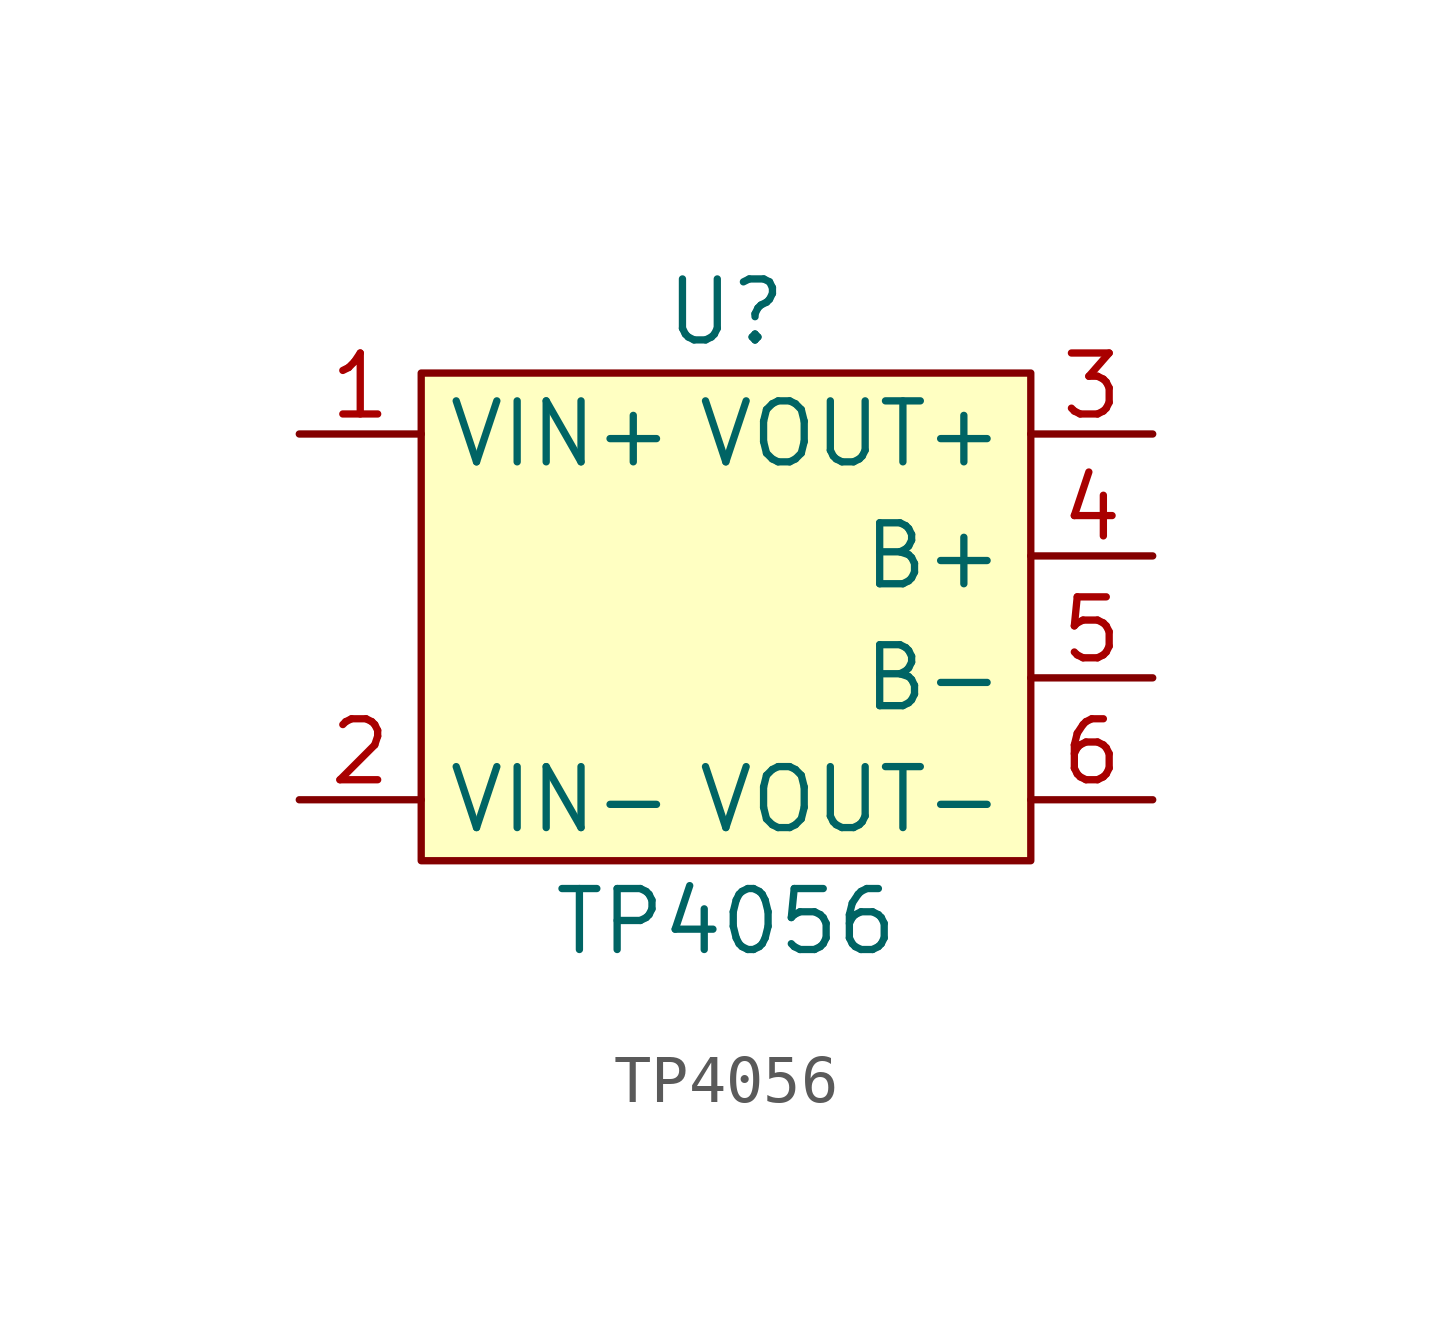
<source format=kicad_sym>
(kicad_symbol_lib
  (version 20211014)
  (generator kicad_symbol_editor)
  (symbol "TP4056"
    (property "Reference" "U"
      (at 0 6.35 0)
      (effects (font (size 1.27 1.27))))
    (property "Value" "TP4056"
      (at 0 -6.35 0)
      (effects (font (size 1.27 1.27))))
    (symbol "TP4056_0_1"
      (rectangle (start -6.35 5.08) (end 6.35 -5.08) (stroke (width 0) (type default) (color 0 0 0 0)) (fill (type background))))
    (symbol "TP4056_1_1"
      (pin input line (at -8.89 3.81 0) (length 2.54) (name "VIN+" (effects (font (size 1.27 1.27)))) (number "1" (effects (font (size 1.27 1.27)))))
      (pin input line (at -8.89 -3.81 0) (length 2.54) (name "VIN-" (effects (font (size 1.27 1.27)))) (number "2" (effects (font (size 1.27 1.27)))))
      (pin output line (at 8.89 3.81 180) (length 2.54) (name "VOUT+" (effects (font (size 1.27 1.27)))) (number "3" (effects (font (size 1.27 1.27)))))
      (pin input line (at 8.89 1.27 180) (length 2.54) (name "B+" (effects (font (size 1.27 1.27)))) (number "4" (effects (font (size 1.27 1.27)))))
      (pin input line (at 8.89 -1.27 180) (length 2.54) (name "B-" (effects (font (size 1.27 1.27)))) (number "5" (effects (font (size 1.27 1.27)))))
      (pin bidirectional line (at 8.89 -3.81 180) (length 2.54) (name "VOUT-" (effects (font (size 1.27 1.27)))) (number "6" (effects (font (size 1.27 1.27))))))))
</source>
